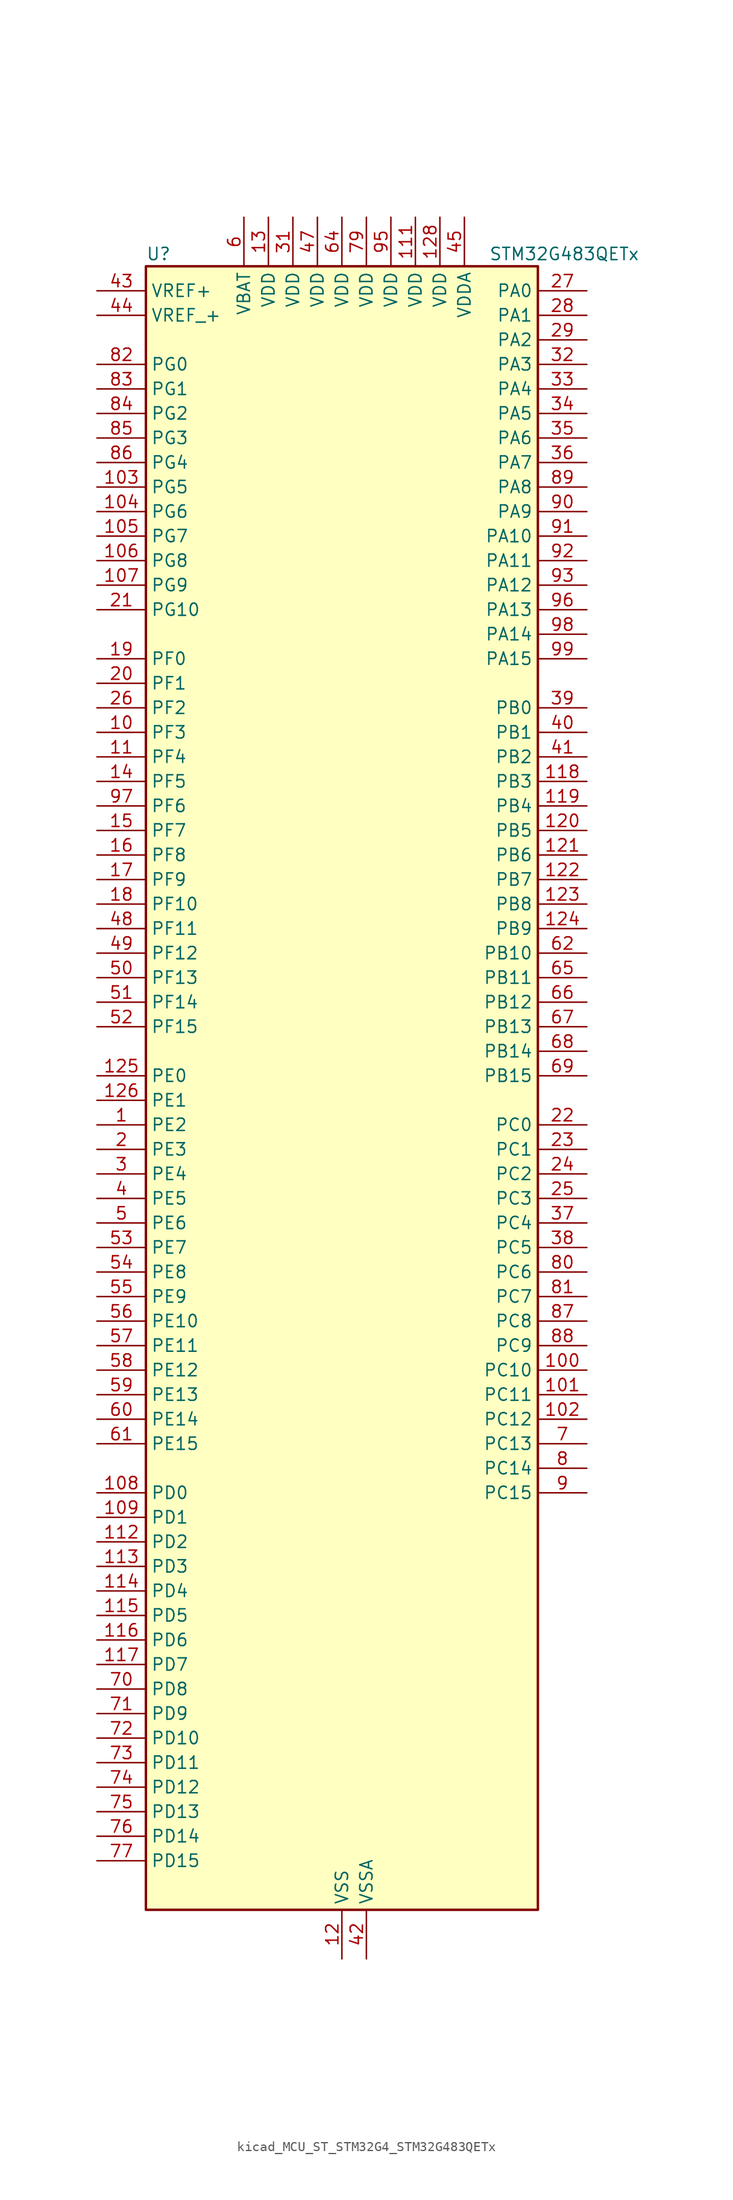
<source format=kicad_sym>
(kicad_symbol_lib
  (version 20220914)
  (generator kicad_symbol_editor)
  (symbol "kicad_MCU_ST_STM32G4_STM32G483QETx"
    (property "Reference" "U"
      (at -20.32 87.63 0)
      (effects (font (size 1.27 1.27)) (justify left)))
    (property "Value" "STM32G483QETx"
      (at 15.24 87.63 0)
      (effects (font (size 1.27 1.27)) (justify left)))
    (property "ki_locked" ""
      (at 0 0 0)
      (effects (font (size 1.27 1.27))))
    (symbol "kicad_MCU_ST_STM32G4_STM32G483QETx_0_1"
      (rectangle (start -20.32 -83.82) (end 20.32 86.36) (stroke (width 0.254) (type default)) (fill (type background))))
    (symbol "kicad_MCU_ST_STM32G4_STM32G483QETx_1_1"
      (pin bidirectional line (at -25.4 -2.54 0) (length 5.08) (name "PE2" (effects (font (size 1.27 1.27)))) (number "1" (effects (font (size 1.27 1.27)))) (alternate "ADC3_EXTI2" bidirectional line) (alternate "ADC4_EXTI2" bidirectional line) (alternate "ADC5_EXTI2" bidirectional line) (alternate "FMC_A23" bidirectional line) (alternate "SAI1_CK1" bidirectional line) (alternate "SAI1_MCLK_A" bidirectional line) (alternate "SPI4_SCK" bidirectional line) (alternate "SYS_TRACECLK" bidirectional line) (alternate "TIM20_CH1" bidirectional line) (alternate "TIM3_CH1" bidirectional line))
      (pin bidirectional line (at -25.4 38.1 0) (length 5.08) (name "PF3" (effects (font (size 1.27 1.27)))) (number "10" (effects (font (size 1.27 1.27)))) (alternate "ADC3_EXTI3" bidirectional line) (alternate "ADC4_EXTI3" bidirectional line) (alternate "ADC5_EXTI3" bidirectional line) (alternate "FMC_A3" bidirectional line) (alternate "I2C3_SCL" bidirectional line) (alternate "TIM20_CH4" bidirectional line))
      (pin bidirectional line (at 25.4 -27.94 180) (length 5.08) (name "PC10" (effects (font (size 1.27 1.27)))) (number "100" (effects (font (size 1.27 1.27)))) (alternate "DAC1_EXTI10" bidirectional line) (alternate "DAC2_EXTI10" bidirectional line) (alternate "DAC3_EXTI10" bidirectional line) (alternate "DAC4_EXTI10" bidirectional line) (alternate "I2S3_CK" bidirectional line) (alternate "SPI3_SCK" bidirectional line) (alternate "TIM8_CH1N" bidirectional line) (alternate "UART4_TX" bidirectional line) (alternate "USART3_TX" bidirectional line))
      (pin bidirectional line (at 25.4 -30.48 180) (length 5.08) (name "PC11" (effects (font (size 1.27 1.27)))) (number "101" (effects (font (size 1.27 1.27)))) (alternate "ADC1_EXTI11" bidirectional line) (alternate "ADC2_EXTI11" bidirectional line) (alternate "I2C3_SDA" bidirectional line) (alternate "SPI3_MISO" bidirectional line) (alternate "TIM8_CH2N" bidirectional line) (alternate "UART4_RX" bidirectional line) (alternate "USART3_RX" bidirectional line))
      (pin bidirectional line (at 25.4 -33.02 180) (length 5.08) (name "PC12" (effects (font (size 1.27 1.27)))) (number "102" (effects (font (size 1.27 1.27)))) (alternate "I2S3_SD" bidirectional line) (alternate "SPI3_MOSI" bidirectional line) (alternate "TIM5_CH2" bidirectional line) (alternate "TIM8_CH3N" bidirectional line) (alternate "UART5_TX" bidirectional line) (alternate "UCPD1_FRSTX1" bidirectional line) (alternate "UCPD1_FRSTX2" bidirectional line) (alternate "USART3_CK" bidirectional line))
      (pin bidirectional line (at -25.4 63.5 0) (length 5.08) (name "PG5" (effects (font (size 1.27 1.27)))) (number "103" (effects (font (size 1.27 1.27)))) (alternate "FMC_A15" bidirectional line) (alternate "LPUART1_CTS" bidirectional line) (alternate "SPI1_NSS" bidirectional line) (alternate "TIM20_ETR" bidirectional line))
      (pin bidirectional line (at -25.4 60.96 0) (length 5.08) (name "PG6" (effects (font (size 1.27 1.27)))) (number "104" (effects (font (size 1.27 1.27)))) (alternate "FMC_INT" bidirectional line) (alternate "I2C3_SMBA" bidirectional line) (alternate "LPUART1_DE" bidirectional line) (alternate "LPUART1_RTS" bidirectional line) (alternate "TIM20_BKIN" bidirectional line))
      (pin bidirectional line (at -25.4 58.42 0) (length 5.08) (name "PG7" (effects (font (size 1.27 1.27)))) (number "105" (effects (font (size 1.27 1.27)))) (alternate "FMC_INT" bidirectional line) (alternate "I2C3_SCL" bidirectional line) (alternate "LPUART1_TX" bidirectional line) (alternate "SAI1_CK1" bidirectional line) (alternate "SAI1_MCLK_A" bidirectional line))
      (pin bidirectional line (at -25.4 55.88 0) (length 5.08) (name "PG8" (effects (font (size 1.27 1.27)))) (number "106" (effects (font (size 1.27 1.27)))) (alternate "FMC_NE3" bidirectional line) (alternate "I2C3_SDA" bidirectional line) (alternate "LPUART1_RX" bidirectional line))
      (pin bidirectional line (at -25.4 53.34 0) (length 5.08) (name "PG9" (effects (font (size 1.27 1.27)))) (number "107" (effects (font (size 1.27 1.27)))) (alternate "DAC1_EXTI9" bidirectional line) (alternate "DAC2_EXTI9" bidirectional line) (alternate "DAC3_EXTI9" bidirectional line) (alternate "DAC4_EXTI9" bidirectional line) (alternate "FMC_NCE" bidirectional line) (alternate "FMC_NE2" bidirectional line) (alternate "SPI3_SCK" bidirectional line) (alternate "TIM15_CH1N" bidirectional line) (alternate "USART1_TX" bidirectional line))
      (pin bidirectional line (at -25.4 -40.64 0) (length 5.08) (name "PD0" (effects (font (size 1.27 1.27)))) (number "108" (effects (font (size 1.27 1.27)))) (alternate "FDCAN1_RX" bidirectional line) (alternate "FMC_D2" bidirectional line) (alternate "FMC_DA2" bidirectional line) (alternate "TIM8_CH4N" bidirectional line))
      (pin bidirectional line (at -25.4 -43.18 0) (length 5.08) (name "PD1" (effects (font (size 1.27 1.27)))) (number "109" (effects (font (size 1.27 1.27)))) (alternate "FDCAN1_TX" bidirectional line) (alternate "FMC_D3" bidirectional line) (alternate "FMC_DA3" bidirectional line) (alternate "TIM8_BKIN2" bidirectional line) (alternate "TIM8_CH4" bidirectional line))
      (pin bidirectional line (at -25.4 35.56 0) (length 5.08) (name "PF4" (effects (font (size 1.27 1.27)))) (number "11" (effects (font (size 1.27 1.27)))) (alternate "COMP1_OUT" bidirectional line) (alternate "FMC_A4" bidirectional line) (alternate "I2C3_SDA" bidirectional line) (alternate "TIM20_CH1N" bidirectional line))
      (pin passive line (at 0 -88.9 90) (length 5.08) hide (name "VSS" (effects (font (size 1.27 1.27)))) (number "110" (effects (font (size 1.27 1.27)))))
      (pin power_in line (at 7.62 91.44 270) (length 5.08) (name "VDD" (effects (font (size 1.27 1.27)))) (number "111" (effects (font (size 1.27 1.27)))))
      (pin bidirectional line (at -25.4 -45.72 0) (length 5.08) (name "PD2" (effects (font (size 1.27 1.27)))) (number "112" (effects (font (size 1.27 1.27)))) (alternate "ADC3_EXTI2" bidirectional line) (alternate "ADC4_EXTI2" bidirectional line) (alternate "ADC5_EXTI2" bidirectional line) (alternate "TIM3_ETR" bidirectional line) (alternate "TIM8_BKIN" bidirectional line) (alternate "UART5_RX" bidirectional line))
      (pin bidirectional line (at -25.4 -48.26 0) (length 5.08) (name "PD3" (effects (font (size 1.27 1.27)))) (number "113" (effects (font (size 1.27 1.27)))) (alternate "ADC3_EXTI3" bidirectional line) (alternate "ADC4_EXTI3" bidirectional line) (alternate "ADC5_EXTI3" bidirectional line) (alternate "FMC_CLK" bidirectional line) (alternate "QUADSPI1_BK2_NCS" bidirectional line) (alternate "TIM2_CH1" bidirectional line) (alternate "TIM2_ETR" bidirectional line) (alternate "USART2_CTS" bidirectional line) (alternate "USART2_NSS" bidirectional line))
      (pin bidirectional line (at -25.4 -50.8 0) (length 5.08) (name "PD4" (effects (font (size 1.27 1.27)))) (number "114" (effects (font (size 1.27 1.27)))) (alternate "FMC_NOE" bidirectional line) (alternate "QUADSPI1_BK2_IO0" bidirectional line) (alternate "TIM2_CH2" bidirectional line) (alternate "USART2_DE" bidirectional line) (alternate "USART2_RTS" bidirectional line))
      (pin bidirectional line (at -25.4 -53.34 0) (length 5.08) (name "PD5" (effects (font (size 1.27 1.27)))) (number "115" (effects (font (size 1.27 1.27)))) (alternate "FMC_NWE" bidirectional line) (alternate "QUADSPI1_BK2_IO1" bidirectional line) (alternate "USART2_TX" bidirectional line))
      (pin bidirectional line (at -25.4 -55.88 0) (length 5.08) (name "PD6" (effects (font (size 1.27 1.27)))) (number "116" (effects (font (size 1.27 1.27)))) (alternate "FMC_NWAIT" bidirectional line) (alternate "QUADSPI1_BK2_IO2" bidirectional line) (alternate "SAI1_D1" bidirectional line) (alternate "SAI1_SD_A" bidirectional line) (alternate "TIM2_CH4" bidirectional line) (alternate "USART2_RX" bidirectional line))
      (pin bidirectional line (at -25.4 -58.42 0) (length 5.08) (name "PD7" (effects (font (size 1.27 1.27)))) (number "117" (effects (font (size 1.27 1.27)))) (alternate "FMC_NCE" bidirectional line) (alternate "FMC_NE1" bidirectional line) (alternate "QUADSPI1_BK2_IO3" bidirectional line) (alternate "TIM2_CH3" bidirectional line) (alternate "USART2_CK" bidirectional line))
      (pin bidirectional line (at 25.4 33.02 180) (length 5.08) (name "PB3" (effects (font (size 1.27 1.27)))) (number "118" (effects (font (size 1.27 1.27)))) (alternate "ADC3_EXTI3" bidirectional line) (alternate "ADC4_EXTI3" bidirectional line) (alternate "ADC5_EXTI3" bidirectional line) (alternate "CRS_SYNC" bidirectional line) (alternate "FDCAN3_RX" bidirectional line) (alternate "I2S3_CK" bidirectional line) (alternate "SAI1_SCK_B" bidirectional line) (alternate "SPI1_SCK" bidirectional line) (alternate "SPI3_SCK" bidirectional line) (alternate "SYS_JTDO-SWO" bidirectional line) (alternate "TIM2_CH2" bidirectional line) (alternate "TIM3_ETR" bidirectional line) (alternate "TIM4_ETR" bidirectional line) (alternate "TIM8_CH1N" bidirectional line) (alternate "USART2_TX" bidirectional line))
      (pin bidirectional line (at 25.4 30.48 180) (length 5.08) (name "PB4" (effects (font (size 1.27 1.27)))) (number "119" (effects (font (size 1.27 1.27)))) (alternate "FDCAN3_TX" bidirectional line) (alternate "SAI1_MCLK_B" bidirectional line) (alternate "SPI1_MISO" bidirectional line) (alternate "SPI3_MISO" bidirectional line) (alternate "SYS_JTRST" bidirectional line) (alternate "TIM16_CH1" bidirectional line) (alternate "TIM17_BKIN" bidirectional line) (alternate "TIM3_CH1" bidirectional line) (alternate "TIM8_CH2N" bidirectional line) (alternate "UART5_DE" bidirectional line) (alternate "UART5_RTS" bidirectional line) (alternate "UCPD1_CC2" bidirectional line) (alternate "USART2_RX" bidirectional line))
      (pin power_in line (at 0 -88.9 90) (length 5.08) (name "VSS" (effects (font (size 1.27 1.27)))) (number "12" (effects (font (size 1.27 1.27)))))
      (pin bidirectional line (at 25.4 27.94 180) (length 5.08) (name "PB5" (effects (font (size 1.27 1.27)))) (number "120" (effects (font (size 1.27 1.27)))) (alternate "FDCAN2_RX" bidirectional line) (alternate "I2C1_SMBA" bidirectional line) (alternate "I2C3_SDA" bidirectional line) (alternate "I2S3_SD" bidirectional line) (alternate "LPTIM1_IN1" bidirectional line) (alternate "SAI1_SD_B" bidirectional line) (alternate "SPI1_MOSI" bidirectional line) (alternate "SPI3_MOSI" bidirectional line) (alternate "TIM16_BKIN" bidirectional line) (alternate "TIM17_CH1" bidirectional line) (alternate "TIM3_CH2" bidirectional line) (alternate "TIM8_CH3N" bidirectional line) (alternate "UART5_CTS" bidirectional line) (alternate "USART2_CK" bidirectional line))
      (pin bidirectional line (at 25.4 25.4 180) (length 5.08) (name "PB6" (effects (font (size 1.27 1.27)))) (number "121" (effects (font (size 1.27 1.27)))) (alternate "COMP4_OUT" bidirectional line) (alternate "FDCAN2_TX" bidirectional line) (alternate "LPTIM1_ETR" bidirectional line) (alternate "SAI1_FS_B" bidirectional line) (alternate "TIM16_CH1N" bidirectional line) (alternate "TIM4_CH1" bidirectional line) (alternate "TIM8_BKIN2" bidirectional line) (alternate "TIM8_CH1" bidirectional line) (alternate "TIM8_ETR" bidirectional line) (alternate "UCPD1_CC1" bidirectional line) (alternate "USART1_TX" bidirectional line))
      (pin bidirectional line (at 25.4 22.86 180) (length 5.08) (name "PB7" (effects (font (size 1.27 1.27)))) (number "122" (effects (font (size 1.27 1.27)))) (alternate "COMP3_OUT" bidirectional line) (alternate "FMC_NL" bidirectional line) (alternate "I2C1_SDA" bidirectional line) (alternate "I2C4_SDA" bidirectional line) (alternate "LPTIM1_IN2" bidirectional line) (alternate "SYS_PVD_IN" bidirectional line) (alternate "TIM17_CH1N" bidirectional line) (alternate "TIM3_CH4" bidirectional line) (alternate "TIM4_CH2" bidirectional line) (alternate "TIM8_BKIN" bidirectional line) (alternate "UART4_CTS" bidirectional line) (alternate "USART1_RX" bidirectional line))
      (pin bidirectional line (at 25.4 20.32 180) (length 5.08) (name "PB8" (effects (font (size 1.27 1.27)))) (number "123" (effects (font (size 1.27 1.27)))) (alternate "COMP1_OUT" bidirectional line) (alternate "FDCAN1_RX" bidirectional line) (alternate "I2C1_SCL" bidirectional line) (alternate "SAI1_CK1" bidirectional line) (alternate "SAI1_MCLK_A" bidirectional line) (alternate "TIM16_CH1" bidirectional line) (alternate "TIM1_BKIN" bidirectional line) (alternate "TIM4_CH3" bidirectional line) (alternate "TIM8_CH2" bidirectional line) (alternate "USART3_RX" bidirectional line))
      (pin bidirectional line (at 25.4 17.78 180) (length 5.08) (name "PB9" (effects (font (size 1.27 1.27)))) (number "124" (effects (font (size 1.27 1.27)))) (alternate "COMP2_OUT" bidirectional line) (alternate "DAC1_EXTI9" bidirectional line) (alternate "DAC2_EXTI9" bidirectional line) (alternate "DAC3_EXTI9" bidirectional line) (alternate "DAC4_EXTI9" bidirectional line) (alternate "FDCAN1_TX" bidirectional line) (alternate "I2C1_SDA" bidirectional line) (alternate "IR_OUT" bidirectional line) (alternate "SAI1_D2" bidirectional line) (alternate "SAI1_FS_A" bidirectional line) (alternate "TIM17_CH1" bidirectional line) (alternate "TIM1_CH3N" bidirectional line) (alternate "TIM4_CH4" bidirectional line) (alternate "TIM8_CH3" bidirectional line) (alternate "USART3_TX" bidirectional line))
      (pin bidirectional line (at -25.4 2.54 0) (length 5.08) (name "PE0" (effects (font (size 1.27 1.27)))) (number "125" (effects (font (size 1.27 1.27)))) (alternate "FMC_NBL0" bidirectional line) (alternate "TIM16_CH1" bidirectional line) (alternate "TIM20_CH4N" bidirectional line) (alternate "TIM20_ETR" bidirectional line) (alternate "TIM4_ETR" bidirectional line) (alternate "USART1_TX" bidirectional line))
      (pin bidirectional line (at -25.4 0 0) (length 5.08) (name "PE1" (effects (font (size 1.27 1.27)))) (number "126" (effects (font (size 1.27 1.27)))) (alternate "FMC_NBL1" bidirectional line) (alternate "TIM17_CH1" bidirectional line) (alternate "TIM20_CH4" bidirectional line) (alternate "USART1_RX" bidirectional line))
      (pin passive line (at 0 -88.9 90) (length 5.08) hide (name "VSS" (effects (font (size 1.27 1.27)))) (number "127" (effects (font (size 1.27 1.27)))))
      (pin power_in line (at 10.16 91.44 270) (length 5.08) (name "VDD" (effects (font (size 1.27 1.27)))) (number "128" (effects (font (size 1.27 1.27)))))
      (pin power_in line (at -7.62 91.44 270) (length 5.08) (name "VDD" (effects (font (size 1.27 1.27)))) (number "13" (effects (font (size 1.27 1.27)))))
      (pin bidirectional line (at -25.4 33.02 0) (length 5.08) (name "PF5" (effects (font (size 1.27 1.27)))) (number "14" (effects (font (size 1.27 1.27)))) (alternate "FMC_A5" bidirectional line) (alternate "TIM20_CH2N" bidirectional line))
      (pin bidirectional line (at -25.4 27.94 0) (length 5.08) (name "PF7" (effects (font (size 1.27 1.27)))) (number "15" (effects (font (size 1.27 1.27)))) (alternate "FMC_A1" bidirectional line) (alternate "QUADSPI1_BK1_IO2" bidirectional line) (alternate "SAI1_MCLK_B" bidirectional line) (alternate "TIM20_BKIN" bidirectional line) (alternate "TIM5_CH2" bidirectional line))
      (pin bidirectional line (at -25.4 25.4 0) (length 5.08) (name "PF8" (effects (font (size 1.27 1.27)))) (number "16" (effects (font (size 1.27 1.27)))) (alternate "FMC_A24" bidirectional line) (alternate "QUADSPI1_BK1_IO0" bidirectional line) (alternate "SAI1_SCK_B" bidirectional line) (alternate "TIM20_BKIN2" bidirectional line) (alternate "TIM5_CH3" bidirectional line))
      (pin bidirectional line (at -25.4 22.86 0) (length 5.08) (name "PF9" (effects (font (size 1.27 1.27)))) (number "17" (effects (font (size 1.27 1.27)))) (alternate "DAC1_EXTI9" bidirectional line) (alternate "DAC2_EXTI9" bidirectional line) (alternate "DAC3_EXTI9" bidirectional line) (alternate "DAC4_EXTI9" bidirectional line) (alternate "FMC_A25" bidirectional line) (alternate "QUADSPI1_BK1_IO1" bidirectional line) (alternate "SAI1_FS_B" bidirectional line) (alternate "SPI2_SCK" bidirectional line) (alternate "TIM15_CH1" bidirectional line) (alternate "TIM20_BKIN" bidirectional line) (alternate "TIM5_CH4" bidirectional line))
      (pin bidirectional line (at -25.4 20.32 0) (length 5.08) (name "PF10" (effects (font (size 1.27 1.27)))) (number "18" (effects (font (size 1.27 1.27)))) (alternate "DAC1_EXTI10" bidirectional line) (alternate "DAC2_EXTI10" bidirectional line) (alternate "DAC3_EXTI10" bidirectional line) (alternate "DAC4_EXTI10" bidirectional line) (alternate "FMC_A0" bidirectional line) (alternate "QUADSPI1_CLK" bidirectional line) (alternate "SAI1_D3" bidirectional line) (alternate "SPI2_SCK" bidirectional line) (alternate "TIM15_CH2" bidirectional line) (alternate "TIM20_BKIN2" bidirectional line))
      (pin bidirectional line (at -25.4 45.72 0) (length 5.08) (name "PF0" (effects (font (size 1.27 1.27)))) (number "19" (effects (font (size 1.27 1.27)))) (alternate "ADC1_IN10" bidirectional line) (alternate "I2C2_SDA" bidirectional line) (alternate "I2S2_WS" bidirectional line) (alternate "RCC_OSC_IN" bidirectional line) (alternate "SPI2_NSS" bidirectional line) (alternate "TIM1_CH3N" bidirectional line))
      (pin bidirectional line (at -25.4 -5.08 0) (length 5.08) (name "PE3" (effects (font (size 1.27 1.27)))) (number "2" (effects (font (size 1.27 1.27)))) (alternate "ADC3_EXTI3" bidirectional line) (alternate "ADC4_EXTI3" bidirectional line) (alternate "ADC5_EXTI3" bidirectional line) (alternate "FMC_A19" bidirectional line) (alternate "SAI1_SD_B" bidirectional line) (alternate "SPI4_NSS" bidirectional line) (alternate "SYS_TRACED0" bidirectional line) (alternate "TIM20_CH2" bidirectional line) (alternate "TIM3_CH2" bidirectional line))
      (pin bidirectional line (at -25.4 43.18 0) (length 5.08) (name "PF1" (effects (font (size 1.27 1.27)))) (number "20" (effects (font (size 1.27 1.27)))) (alternate "ADC2_IN10" bidirectional line) (alternate "COMP3_INM" bidirectional line) (alternate "I2S2_CK" bidirectional line) (alternate "RCC_OSC_OUT" bidirectional line) (alternate "SPI2_SCK" bidirectional line))
      (pin bidirectional line (at -25.4 50.8 0) (length 5.08) (name "PG10" (effects (font (size 1.27 1.27)))) (number "21" (effects (font (size 1.27 1.27)))) (alternate "DAC1_EXTI10" bidirectional line) (alternate "DAC2_EXTI10" bidirectional line) (alternate "DAC3_EXTI10" bidirectional line) (alternate "DAC4_EXTI10" bidirectional line) (alternate "RCC_MCO" bidirectional line))
      (pin bidirectional line (at 25.4 -2.54 180) (length 5.08) (name "PC0" (effects (font (size 1.27 1.27)))) (number "22" (effects (font (size 1.27 1.27)))) (alternate "ADC1_IN6" bidirectional line) (alternate "ADC2_IN6" bidirectional line) (alternate "COMP3_INM" bidirectional line) (alternate "LPTIM1_IN1" bidirectional line) (alternate "LPUART1_RX" bidirectional line) (alternate "TIM1_CH1" bidirectional line))
      (pin bidirectional line (at 25.4 -5.08 180) (length 5.08) (name "PC1" (effects (font (size 1.27 1.27)))) (number "23" (effects (font (size 1.27 1.27)))) (alternate "ADC1_IN7" bidirectional line) (alternate "ADC2_IN7" bidirectional line) (alternate "COMP3_INP" bidirectional line) (alternate "LPTIM1_OUT" bidirectional line) (alternate "LPUART1_TX" bidirectional line) (alternate "QUADSPI1_BK2_IO0" bidirectional line) (alternate "SAI1_SD_A" bidirectional line) (alternate "TIM1_CH2" bidirectional line))
      (pin bidirectional line (at 25.4 -7.62 180) (length 5.08) (name "PC2" (effects (font (size 1.27 1.27)))) (number "24" (effects (font (size 1.27 1.27)))) (alternate "ADC1_IN8" bidirectional line) (alternate "ADC2_IN8" bidirectional line) (alternate "ADC3_EXTI2" bidirectional line) (alternate "ADC4_EXTI2" bidirectional line) (alternate "ADC5_EXTI2" bidirectional line) (alternate "COMP3_OUT" bidirectional line) (alternate "LPTIM1_IN2" bidirectional line) (alternate "QUADSPI1_BK2_IO1" bidirectional line) (alternate "TIM1_CH3" bidirectional line) (alternate "TIM20_CH2" bidirectional line))
      (pin bidirectional line (at 25.4 -10.16 180) (length 5.08) (name "PC3" (effects (font (size 1.27 1.27)))) (number "25" (effects (font (size 1.27 1.27)))) (alternate "ADC1_IN9" bidirectional line) (alternate "ADC2_IN9" bidirectional line) (alternate "ADC3_EXTI3" bidirectional line) (alternate "ADC4_EXTI3" bidirectional line) (alternate "ADC5_EXTI3" bidirectional line) (alternate "LPTIM1_ETR" bidirectional line) (alternate "OPAMP5_VINP" bidirectional line) (alternate "OPAMP5_VINP_SEC" bidirectional line) (alternate "QUADSPI1_BK2_IO2" bidirectional line) (alternate "SAI1_D1" bidirectional line) (alternate "SAI1_SD_A" bidirectional line) (alternate "TIM1_BKIN2" bidirectional line) (alternate "TIM1_CH4" bidirectional line))
      (pin bidirectional line (at -25.4 40.64 0) (length 5.08) (name "PF2" (effects (font (size 1.27 1.27)))) (number "26" (effects (font (size 1.27 1.27)))) (alternate "ADC3_EXTI2" bidirectional line) (alternate "ADC4_EXTI2" bidirectional line) (alternate "ADC5_EXTI2" bidirectional line) (alternate "FMC_A2" bidirectional line) (alternate "I2C2_SMBA" bidirectional line) (alternate "TIM20_CH3" bidirectional line))
      (pin bidirectional line (at 25.4 83.82 180) (length 5.08) (name "PA0" (effects (font (size 1.27 1.27)))) (number "27" (effects (font (size 1.27 1.27)))) (alternate "ADC1_IN1" bidirectional line) (alternate "ADC2_IN1" bidirectional line) (alternate "COMP1_INM" bidirectional line) (alternate "COMP1_OUT" bidirectional line) (alternate "COMP3_INP" bidirectional line) (alternate "RTC_TAMP2" bidirectional line) (alternate "SYS_WKUP1" bidirectional line) (alternate "TIM2_CH1" bidirectional line) (alternate "TIM2_ETR" bidirectional line) (alternate "TIM5_CH1" bidirectional line) (alternate "TIM8_BKIN" bidirectional line) (alternate "TIM8_ETR" bidirectional line) (alternate "USART2_CTS" bidirectional line) (alternate "USART2_NSS" bidirectional line))
      (pin bidirectional line (at 25.4 81.28 180) (length 5.08) (name "PA1" (effects (font (size 1.27 1.27)))) (number "28" (effects (font (size 1.27 1.27)))) (alternate "ADC1_IN2" bidirectional line) (alternate "ADC2_IN2" bidirectional line) (alternate "COMP1_INP" bidirectional line) (alternate "OPAMP1_VINP" bidirectional line) (alternate "OPAMP1_VINP_SEC" bidirectional line) (alternate "OPAMP3_VINP" bidirectional line) (alternate "OPAMP3_VINP_SEC" bidirectional line) (alternate "OPAMP6_VINM" bidirectional line) (alternate "OPAMP6_VINM0" bidirectional line) (alternate "OPAMP6_VINM_SEC" bidirectional line) (alternate "RTC_REFIN" bidirectional line) (alternate "TIM15_CH1N" bidirectional line) (alternate "TIM2_CH2" bidirectional line) (alternate "TIM5_CH2" bidirectional line) (alternate "USART2_DE" bidirectional line) (alternate "USART2_RTS" bidirectional line))
      (pin bidirectional line (at 25.4 78.74 180) (length 5.08) (name "PA2" (effects (font (size 1.27 1.27)))) (number "29" (effects (font (size 1.27 1.27)))) (alternate "ADC1_IN3" bidirectional line) (alternate "ADC3_EXTI2" bidirectional line) (alternate "ADC4_EXTI2" bidirectional line) (alternate "ADC5_EXTI2" bidirectional line) (alternate "COMP2_INM" bidirectional line) (alternate "COMP2_OUT" bidirectional line) (alternate "LPUART1_TX" bidirectional line) (alternate "OPAMP1_VOUT" bidirectional line) (alternate "QUADSPI1_BK1_NCS" bidirectional line) (alternate "RCC_LSCO" bidirectional line) (alternate "SYS_WKUP4" bidirectional line) (alternate "TIM15_CH1" bidirectional line) (alternate "TIM2_CH3" bidirectional line) (alternate "TIM5_CH3" bidirectional line) (alternate "UCPD1_FRSTX1" bidirectional line) (alternate "UCPD1_FRSTX2" bidirectional line) (alternate "USART2_TX" bidirectional line))
      (pin bidirectional line (at -25.4 -7.62 0) (length 5.08) (name "PE4" (effects (font (size 1.27 1.27)))) (number "3" (effects (font (size 1.27 1.27)))) (alternate "FMC_A20" bidirectional line) (alternate "SAI1_D2" bidirectional line) (alternate "SAI1_FS_A" bidirectional line) (alternate "SPI4_NSS" bidirectional line) (alternate "SYS_TRACED1" bidirectional line) (alternate "TIM20_CH1N" bidirectional line) (alternate "TIM3_CH3" bidirectional line))
      (pin passive line (at 0 -88.9 90) (length 5.08) hide (name "VSS" (effects (font (size 1.27 1.27)))) (number "30" (effects (font (size 1.27 1.27)))))
      (pin power_in line (at -5.08 91.44 270) (length 5.08) (name "VDD" (effects (font (size 1.27 1.27)))) (number "31" (effects (font (size 1.27 1.27)))))
      (pin bidirectional line (at 25.4 76.2 180) (length 5.08) (name "PA3" (effects (font (size 1.27 1.27)))) (number "32" (effects (font (size 1.27 1.27)))) (alternate "ADC1_IN4" bidirectional line) (alternate "ADC3_EXTI3" bidirectional line) (alternate "ADC4_EXTI3" bidirectional line) (alternate "ADC5_EXTI3" bidirectional line) (alternate "COMP2_INP" bidirectional line) (alternate "LPUART1_RX" bidirectional line) (alternate "OPAMP1_VINM" bidirectional line) (alternate "OPAMP1_VINM0" bidirectional line) (alternate "OPAMP1_VINM_SEC" bidirectional line) (alternate "OPAMP1_VINP" bidirectional line) (alternate "OPAMP1_VINP_SEC" bidirectional line) (alternate "OPAMP5_VINM" bidirectional line) (alternate "OPAMP5_VINM1" bidirectional line) (alternate "OPAMP5_VINM_SEC" bidirectional line) (alternate "QUADSPI1_CLK" bidirectional line) (alternate "SAI1_CK1" bidirectional line) (alternate "SAI1_MCLK_A" bidirectional line) (alternate "TIM15_CH2" bidirectional line) (alternate "TIM2_CH4" bidirectional line) (alternate "TIM5_CH4" bidirectional line) (alternate "USART2_RX" bidirectional line))
      (pin bidirectional line (at 25.4 73.66 180) (length 5.08) (name "PA4" (effects (font (size 1.27 1.27)))) (number "33" (effects (font (size 1.27 1.27)))) (alternate "ADC2_IN17" bidirectional line) (alternate "COMP1_INM" bidirectional line) (alternate "DAC1_OUT1" bidirectional line) (alternate "I2S3_WS" bidirectional line) (alternate "SAI1_FS_B" bidirectional line) (alternate "SPI1_NSS" bidirectional line) (alternate "SPI3_NSS" bidirectional line) (alternate "TIM3_CH2" bidirectional line) (alternate "USART2_CK" bidirectional line))
      (pin bidirectional line (at 25.4 71.12 180) (length 5.08) (name "PA5" (effects (font (size 1.27 1.27)))) (number "34" (effects (font (size 1.27 1.27)))) (alternate "ADC2_IN13" bidirectional line) (alternate "COMP2_INM" bidirectional line) (alternate "DAC1_OUT2" bidirectional line) (alternate "OPAMP2_VINM" bidirectional line) (alternate "OPAMP2_VINM0" bidirectional line) (alternate "OPAMP2_VINM_SEC" bidirectional line) (alternate "SPI1_SCK" bidirectional line) (alternate "TIM2_CH1" bidirectional line) (alternate "TIM2_ETR" bidirectional line) (alternate "UCPD1_FRSTX1" bidirectional line) (alternate "UCPD1_FRSTX2" bidirectional line))
      (pin bidirectional line (at 25.4 68.58 180) (length 5.08) (name "PA6" (effects (font (size 1.27 1.27)))) (number "35" (effects (font (size 1.27 1.27)))) (alternate "ADC2_IN3" bidirectional line) (alternate "COMP1_OUT" bidirectional line) (alternate "DAC2_OUT1" bidirectional line) (alternate "LPUART1_CTS" bidirectional line) (alternate "OPAMP2_VOUT" bidirectional line) (alternate "QUADSPI1_BK1_IO3" bidirectional line) (alternate "SPI1_MISO" bidirectional line) (alternate "TIM16_CH1" bidirectional line) (alternate "TIM1_BKIN" bidirectional line) (alternate "TIM3_CH1" bidirectional line) (alternate "TIM8_BKIN" bidirectional line))
      (pin bidirectional line (at 25.4 66.04 180) (length 5.08) (name "PA7" (effects (font (size 1.27 1.27)))) (number "36" (effects (font (size 1.27 1.27)))) (alternate "ADC2_IN4" bidirectional line) (alternate "COMP2_INP" bidirectional line) (alternate "COMP2_OUT" bidirectional line) (alternate "OPAMP1_VINP" bidirectional line) (alternate "OPAMP1_VINP_SEC" bidirectional line) (alternate "OPAMP2_VINP" bidirectional line) (alternate "OPAMP2_VINP_SEC" bidirectional line) (alternate "QUADSPI1_BK1_IO2" bidirectional line) (alternate "SPI1_MOSI" bidirectional line) (alternate "TIM17_CH1" bidirectional line) (alternate "TIM1_CH1N" bidirectional line) (alternate "TIM3_CH2" bidirectional line) (alternate "TIM8_CH1N" bidirectional line) (alternate "UCPD1_FRSTX1" bidirectional line) (alternate "UCPD1_FRSTX2" bidirectional line))
      (pin bidirectional line (at 25.4 -12.7 180) (length 5.08) (name "PC4" (effects (font (size 1.27 1.27)))) (number "37" (effects (font (size 1.27 1.27)))) (alternate "ADC2_IN5" bidirectional line) (alternate "I2C2_SCL" bidirectional line) (alternate "QUADSPI1_BK2_IO3" bidirectional line) (alternate "TIM1_ETR" bidirectional line) (alternate "USART1_TX" bidirectional line))
      (pin bidirectional line (at 25.4 -15.24 180) (length 5.08) (name "PC5" (effects (font (size 1.27 1.27)))) (number "38" (effects (font (size 1.27 1.27)))) (alternate "ADC2_IN11" bidirectional line) (alternate "OPAMP1_VINM" bidirectional line) (alternate "OPAMP1_VINM1" bidirectional line) (alternate "OPAMP1_VINM_SEC" bidirectional line) (alternate "OPAMP2_VINM" bidirectional line) (alternate "OPAMP2_VINM1" bidirectional line) (alternate "OPAMP2_VINM_SEC" bidirectional line) (alternate "SAI1_D3" bidirectional line) (alternate "SYS_WKUP5" bidirectional line) (alternate "TIM15_BKIN" bidirectional line) (alternate "TIM1_CH4N" bidirectional line) (alternate "USART1_RX" bidirectional line))
      (pin bidirectional line (at 25.4 40.64 180) (length 5.08) (name "PB0" (effects (font (size 1.27 1.27)))) (number "39" (effects (font (size 1.27 1.27)))) (alternate "ADC1_IN15" bidirectional line) (alternate "ADC3_IN12" bidirectional line) (alternate "COMP4_INP" bidirectional line) (alternate "OPAMP2_VINP" bidirectional line) (alternate "OPAMP2_VINP_SEC" bidirectional line) (alternate "OPAMP3_VINP" bidirectional line) (alternate "OPAMP3_VINP_SEC" bidirectional line) (alternate "QUADSPI1_BK1_IO1" bidirectional line) (alternate "TIM1_CH2N" bidirectional line) (alternate "TIM3_CH3" bidirectional line) (alternate "TIM8_CH2N" bidirectional line) (alternate "UCPD1_FRSTX1" bidirectional line) (alternate "UCPD1_FRSTX2" bidirectional line))
      (pin bidirectional line (at -25.4 -10.16 0) (length 5.08) (name "PE5" (effects (font (size 1.27 1.27)))) (number "4" (effects (font (size 1.27 1.27)))) (alternate "FMC_A21" bidirectional line) (alternate "SAI1_CK2" bidirectional line) (alternate "SAI1_SCK_A" bidirectional line) (alternate "SPI4_MISO" bidirectional line) (alternate "SYS_TRACED2" bidirectional line) (alternate "TIM20_CH2N" bidirectional line) (alternate "TIM3_CH4" bidirectional line))
      (pin bidirectional line (at 25.4 38.1 180) (length 5.08) (name "PB1" (effects (font (size 1.27 1.27)))) (number "40" (effects (font (size 1.27 1.27)))) (alternate "ADC1_IN12" bidirectional line) (alternate "ADC3_IN1" bidirectional line) (alternate "COMP1_INP" bidirectional line) (alternate "COMP4_OUT" bidirectional line) (alternate "LPUART1_DE" bidirectional line) (alternate "LPUART1_RTS" bidirectional line) (alternate "OPAMP3_VOUT" bidirectional line) (alternate "OPAMP6_VINM" bidirectional line) (alternate "OPAMP6_VINM1" bidirectional line) (alternate "OPAMP6_VINM_SEC" bidirectional line) (alternate "QUADSPI1_BK1_IO0" bidirectional line) (alternate "TIM1_CH3N" bidirectional line) (alternate "TIM3_CH4" bidirectional line) (alternate "TIM8_CH3N" bidirectional line))
      (pin bidirectional line (at 25.4 35.56 180) (length 5.08) (name "PB2" (effects (font (size 1.27 1.27)))) (number "41" (effects (font (size 1.27 1.27)))) (alternate "ADC2_IN12" bidirectional line) (alternate "ADC3_EXTI2" bidirectional line) (alternate "ADC4_EXTI2" bidirectional line) (alternate "ADC5_EXTI2" bidirectional line) (alternate "COMP4_INM" bidirectional line) (alternate "I2C3_SMBA" bidirectional line) (alternate "LPTIM1_OUT" bidirectional line) (alternate "OPAMP3_VINM" bidirectional line) (alternate "OPAMP3_VINM0" bidirectional line) (alternate "OPAMP3_VINM_SEC" bidirectional line) (alternate "QUADSPI1_BK2_IO1" bidirectional line) (alternate "RTC_OUT2" bidirectional line) (alternate "TIM20_CH1" bidirectional line) (alternate "TIM5_CH1" bidirectional line))
      (pin power_in line (at 2.54 -88.9 90) (length 5.08) (name "VSSA" (effects (font (size 1.27 1.27)))) (number "42" (effects (font (size 1.27 1.27)))))
      (pin input line (at -25.4 83.82 0) (length 5.08) (name "VREF+" (effects (font (size 1.27 1.27)))) (number "43" (effects (font (size 1.27 1.27)))) (alternate "VREFBUF_OUT1" bidirectional line))
      (pin input line (at -25.4 81.28 0) (length 5.08) (name "VREF_+" (effects (font (size 1.27 1.27)))) (number "44" (effects (font (size 1.27 1.27)))) (alternate "VREFBUF_OUT2" bidirectional line))
      (pin power_in line (at 12.7 91.44 270) (length 5.08) (name "VDDA" (effects (font (size 1.27 1.27)))) (number "45" (effects (font (size 1.27 1.27)))))
      (pin passive line (at 0 -88.9 90) (length 5.08) hide (name "VSS" (effects (font (size 1.27 1.27)))) (number "46" (effects (font (size 1.27 1.27)))))
      (pin power_in line (at -2.54 91.44 270) (length 5.08) (name "VDD" (effects (font (size 1.27 1.27)))) (number "47" (effects (font (size 1.27 1.27)))))
      (pin bidirectional line (at -25.4 17.78 0) (length 5.08) (name "PF11" (effects (font (size 1.27 1.27)))) (number "48" (effects (font (size 1.27 1.27)))) (alternate "ADC1_EXTI11" bidirectional line) (alternate "ADC2_EXTI11" bidirectional line) (alternate "FMC_NE4" bidirectional line) (alternate "TIM20_ETR" bidirectional line))
      (pin bidirectional line (at -25.4 15.24 0) (length 5.08) (name "PF12" (effects (font (size 1.27 1.27)))) (number "49" (effects (font (size 1.27 1.27)))) (alternate "FMC_A6" bidirectional line) (alternate "TIM20_CH1" bidirectional line))
      (pin bidirectional line (at -25.4 -12.7 0) (length 5.08) (name "PE6" (effects (font (size 1.27 1.27)))) (number "5" (effects (font (size 1.27 1.27)))) (alternate "FMC_A22" bidirectional line) (alternate "RTC_TAMP3" bidirectional line) (alternate "SAI1_D1" bidirectional line) (alternate "SAI1_SD_A" bidirectional line) (alternate "SPI4_MOSI" bidirectional line) (alternate "SYS_TRACED3" bidirectional line) (alternate "SYS_WKUP3" bidirectional line) (alternate "TIM20_CH3N" bidirectional line))
      (pin bidirectional line (at -25.4 12.7 0) (length 5.08) (name "PF13" (effects (font (size 1.27 1.27)))) (number "50" (effects (font (size 1.27 1.27)))) (alternate "FMC_A7" bidirectional line) (alternate "I2C4_SMBA" bidirectional line) (alternate "TIM20_CH2" bidirectional line))
      (pin bidirectional line (at -25.4 10.16 0) (length 5.08) (name "PF14" (effects (font (size 1.27 1.27)))) (number "51" (effects (font (size 1.27 1.27)))) (alternate "FMC_A8" bidirectional line) (alternate "I2C4_SCL" bidirectional line) (alternate "TIM20_CH3" bidirectional line))
      (pin bidirectional line (at -25.4 7.62 0) (length 5.08) (name "PF15" (effects (font (size 1.27 1.27)))) (number "52" (effects (font (size 1.27 1.27)))) (alternate "ADC1_EXTI15" bidirectional line) (alternate "ADC2_EXTI15" bidirectional line) (alternate "FMC_A9" bidirectional line) (alternate "I2C4_SDA" bidirectional line) (alternate "TIM20_CH4" bidirectional line))
      (pin bidirectional line (at -25.4 -15.24 0) (length 5.08) (name "PE7" (effects (font (size 1.27 1.27)))) (number "53" (effects (font (size 1.27 1.27)))) (alternate "ADC3_IN4" bidirectional line) (alternate "COMP4_INP" bidirectional line) (alternate "FMC_D4" bidirectional line) (alternate "FMC_DA4" bidirectional line) (alternate "SAI1_SD_B" bidirectional line) (alternate "TIM1_ETR" bidirectional line))
      (pin bidirectional line (at -25.4 -17.78 0) (length 5.08) (name "PE8" (effects (font (size 1.27 1.27)))) (number "54" (effects (font (size 1.27 1.27)))) (alternate "ADC3_IN6" bidirectional line) (alternate "ADC4_IN6" bidirectional line) (alternate "ADC5_IN6" bidirectional line) (alternate "COMP4_INM" bidirectional line) (alternate "FMC_D5" bidirectional line) (alternate "FMC_DA5" bidirectional line) (alternate "SAI1_SCK_B" bidirectional line) (alternate "TIM1_CH1N" bidirectional line) (alternate "TIM5_CH3" bidirectional line))
      (pin bidirectional line (at -25.4 -20.32 0) (length 5.08) (name "PE9" (effects (font (size 1.27 1.27)))) (number "55" (effects (font (size 1.27 1.27)))) (alternate "ADC3_IN2" bidirectional line) (alternate "DAC1_EXTI9" bidirectional line) (alternate "DAC2_EXTI9" bidirectional line) (alternate "DAC3_EXTI9" bidirectional line) (alternate "DAC4_EXTI9" bidirectional line) (alternate "FMC_D6" bidirectional line) (alternate "FMC_DA6" bidirectional line) (alternate "SAI1_FS_B" bidirectional line) (alternate "TIM1_CH1" bidirectional line) (alternate "TIM5_CH4" bidirectional line))
      (pin bidirectional line (at -25.4 -22.86 0) (length 5.08) (name "PE10" (effects (font (size 1.27 1.27)))) (number "56" (effects (font (size 1.27 1.27)))) (alternate "ADC3_IN14" bidirectional line) (alternate "ADC4_IN14" bidirectional line) (alternate "ADC5_IN14" bidirectional line) (alternate "DAC1_EXTI10" bidirectional line) (alternate "DAC2_EXTI10" bidirectional line) (alternate "DAC3_EXTI10" bidirectional line) (alternate "DAC4_EXTI10" bidirectional line) (alternate "FMC_D7" bidirectional line) (alternate "FMC_DA7" bidirectional line) (alternate "QUADSPI1_CLK" bidirectional line) (alternate "SAI1_MCLK_B" bidirectional line) (alternate "TIM1_CH2N" bidirectional line))
      (pin bidirectional line (at -25.4 -25.4 0) (length 5.08) (name "PE11" (effects (font (size 1.27 1.27)))) (number "57" (effects (font (size 1.27 1.27)))) (alternate "ADC1_EXTI11" bidirectional line) (alternate "ADC2_EXTI11" bidirectional line) (alternate "ADC3_IN15" bidirectional line) (alternate "ADC4_IN15" bidirectional line) (alternate "ADC5_IN15" bidirectional line) (alternate "FMC_D8" bidirectional line) (alternate "FMC_DA8" bidirectional line) (alternate "QUADSPI1_BK1_NCS" bidirectional line) (alternate "SPI4_NSS" bidirectional line) (alternate "TIM1_CH2" bidirectional line))
      (pin bidirectional line (at -25.4 -27.94 0) (length 5.08) (name "PE12" (effects (font (size 1.27 1.27)))) (number "58" (effects (font (size 1.27 1.27)))) (alternate "ADC3_IN16" bidirectional line) (alternate "ADC4_IN16" bidirectional line) (alternate "ADC5_IN16" bidirectional line) (alternate "FMC_D9" bidirectional line) (alternate "FMC_DA9" bidirectional line) (alternate "QUADSPI1_BK1_IO0" bidirectional line) (alternate "SPI4_SCK" bidirectional line) (alternate "TIM1_CH3N" bidirectional line))
      (pin bidirectional line (at -25.4 -30.48 0) (length 5.08) (name "PE13" (effects (font (size 1.27 1.27)))) (number "59" (effects (font (size 1.27 1.27)))) (alternate "ADC3_IN3" bidirectional line) (alternate "FMC_D10" bidirectional line) (alternate "FMC_DA10" bidirectional line) (alternate "QUADSPI1_BK1_IO1" bidirectional line) (alternate "SPI4_MISO" bidirectional line) (alternate "TIM1_CH3" bidirectional line))
      (pin power_in line (at -10.16 91.44 270) (length 5.08) (name "VBAT" (effects (font (size 1.27 1.27)))) (number "6" (effects (font (size 1.27 1.27)))))
      (pin bidirectional line (at -25.4 -33.02 0) (length 5.08) (name "PE14" (effects (font (size 1.27 1.27)))) (number "60" (effects (font (size 1.27 1.27)))) (alternate "ADC4_IN1" bidirectional line) (alternate "FMC_D11" bidirectional line) (alternate "FMC_DA11" bidirectional line) (alternate "QUADSPI1_BK1_IO2" bidirectional line) (alternate "SPI4_MOSI" bidirectional line) (alternate "TIM1_BKIN2" bidirectional line) (alternate "TIM1_CH4" bidirectional line))
      (pin bidirectional line (at -25.4 -35.56 0) (length 5.08) (name "PE15" (effects (font (size 1.27 1.27)))) (number "61" (effects (font (size 1.27 1.27)))) (alternate "ADC1_EXTI15" bidirectional line) (alternate "ADC2_EXTI15" bidirectional line) (alternate "ADC4_IN2" bidirectional line) (alternate "FMC_D12" bidirectional line) (alternate "FMC_DA12" bidirectional line) (alternate "QUADSPI1_BK1_IO3" bidirectional line) (alternate "TIM1_BKIN" bidirectional line) (alternate "TIM1_CH4N" bidirectional line) (alternate "USART3_RX" bidirectional line))
      (pin bidirectional line (at 25.4 15.24 180) (length 5.08) (name "PB10" (effects (font (size 1.27 1.27)))) (number "62" (effects (font (size 1.27 1.27)))) (alternate "COMP5_INM" bidirectional line) (alternate "DAC1_EXTI10" bidirectional line) (alternate "DAC2_EXTI10" bidirectional line) (alternate "DAC3_EXTI10" bidirectional line) (alternate "DAC4_EXTI10" bidirectional line) (alternate "LPUART1_RX" bidirectional line) (alternate "OPAMP3_VINM" bidirectional line) (alternate "OPAMP3_VINM1" bidirectional line) (alternate "OPAMP3_VINM_SEC" bidirectional line) (alternate "OPAMP4_VINM" bidirectional line) (alternate "OPAMP4_VINM0" bidirectional line) (alternate "OPAMP4_VINM_SEC" bidirectional line) (alternate "QUADSPI1_CLK" bidirectional line) (alternate "SAI1_SCK_A" bidirectional line) (alternate "TIM1_BKIN" bidirectional line) (alternate "TIM2_CH3" bidirectional line) (alternate "USART3_TX" bidirectional line))
      (pin passive line (at 0 -88.9 90) (length 5.08) hide (name "VSS" (effects (font (size 1.27 1.27)))) (number "63" (effects (font (size 1.27 1.27)))))
      (pin power_in line (at 0 91.44 270) (length 5.08) (name "VDD" (effects (font (size 1.27 1.27)))) (number "64" (effects (font (size 1.27 1.27)))))
      (pin bidirectional line (at 25.4 12.7 180) (length 5.08) (name "PB11" (effects (font (size 1.27 1.27)))) (number "65" (effects (font (size 1.27 1.27)))) (alternate "ADC1_EXTI11" bidirectional line) (alternate "ADC1_IN14" bidirectional line) (alternate "ADC2_EXTI11" bidirectional line) (alternate "ADC2_IN14" bidirectional line) (alternate "COMP6_INP" bidirectional line) (alternate "LPUART1_TX" bidirectional line) (alternate "OPAMP4_VINP" bidirectional line) (alternate "OPAMP4_VINP_SEC" bidirectional line) (alternate "OPAMP6_VOUT" bidirectional line) (alternate "QUADSPI1_BK1_NCS" bidirectional line) (alternate "TIM2_CH4" bidirectional line) (alternate "USART3_RX" bidirectional line))
      (pin bidirectional line (at 25.4 10.16 180) (length 5.08) (name "PB12" (effects (font (size 1.27 1.27)))) (number "66" (effects (font (size 1.27 1.27)))) (alternate "ADC1_IN11" bidirectional line) (alternate "ADC4_IN3" bidirectional line) (alternate "COMP7_INM" bidirectional line) (alternate "FDCAN2_RX" bidirectional line) (alternate "I2C2_SMBA" bidirectional line) (alternate "I2S2_WS" bidirectional line) (alternate "LPUART1_DE" bidirectional line) (alternate "LPUART1_RTS" bidirectional line) (alternate "OPAMP4_VOUT" bidirectional line) (alternate "OPAMP6_VINP" bidirectional line) (alternate "OPAMP6_VINP_SEC" bidirectional line) (alternate "SPI2_NSS" bidirectional line) (alternate "TIM1_BKIN" bidirectional line) (alternate "TIM5_ETR" bidirectional line) (alternate "USART3_CK" bidirectional line))
      (pin bidirectional line (at 25.4 7.62 180) (length 5.08) (name "PB13" (effects (font (size 1.27 1.27)))) (number "67" (effects (font (size 1.27 1.27)))) (alternate "ADC3_IN5" bidirectional line) (alternate "COMP5_INP" bidirectional line) (alternate "FDCAN2_TX" bidirectional line) (alternate "I2S2_CK" bidirectional line) (alternate "LPUART1_CTS" bidirectional line) (alternate "OPAMP3_VINP" bidirectional line) (alternate "OPAMP3_VINP_SEC" bidirectional line) (alternate "OPAMP4_VINP" bidirectional line) (alternate "OPAMP4_VINP_SEC" bidirectional line) (alternate "OPAMP6_VINP" bidirectional line) (alternate "OPAMP6_VINP_SEC" bidirectional line) (alternate "SPI2_SCK" bidirectional line) (alternate "TIM1_CH1N" bidirectional line) (alternate "USART3_CTS" bidirectional line) (alternate "USART3_NSS" bidirectional line))
      (pin bidirectional line (at 25.4 5.08 180) (length 5.08) (name "PB14" (effects (font (size 1.27 1.27)))) (number "68" (effects (font (size 1.27 1.27)))) (alternate "ADC1_IN5" bidirectional line) (alternate "ADC4_IN4" bidirectional line) (alternate "COMP4_OUT" bidirectional line) (alternate "COMP7_INP" bidirectional line) (alternate "OPAMP2_VINP" bidirectional line) (alternate "OPAMP2_VINP_SEC" bidirectional line) (alternate "OPAMP5_VINP" bidirectional line) (alternate "OPAMP5_VINP_SEC" bidirectional line) (alternate "SPI2_MISO" bidirectional line) (alternate "TIM15_CH1" bidirectional line) (alternate "TIM1_CH2N" bidirectional line) (alternate "USART3_DE" bidirectional line) (alternate "USART3_RTS" bidirectional line))
      (pin bidirectional line (at 25.4 2.54 180) (length 5.08) (name "PB15" (effects (font (size 1.27 1.27)))) (number "69" (effects (font (size 1.27 1.27)))) (alternate "ADC1_EXTI15" bidirectional line) (alternate "ADC2_EXTI15" bidirectional line) (alternate "ADC2_IN15" bidirectional line) (alternate "ADC4_IN5" bidirectional line) (alternate "COMP3_OUT" bidirectional line) (alternate "COMP6_INM" bidirectional line) (alternate "I2S2_SD" bidirectional line) (alternate "OPAMP5_VINM" bidirectional line) (alternate "OPAMP5_VINM0" bidirectional line) (alternate "OPAMP5_VINM_SEC" bidirectional line) (alternate "RTC_REFIN" bidirectional line) (alternate "SPI2_MOSI" bidirectional line) (alternate "TIM15_CH1N" bidirectional line) (alternate "TIM15_CH2" bidirectional line) (alternate "TIM1_CH3N" bidirectional line))
      (pin bidirectional line (at 25.4 -35.56 180) (length 5.08) (name "PC13" (effects (font (size 1.27 1.27)))) (number "7" (effects (font (size 1.27 1.27)))) (alternate "RTC_OUT1" bidirectional line) (alternate "RTC_TAMP1" bidirectional line) (alternate "RTC_TS" bidirectional line) (alternate "SYS_WKUP2" bidirectional line) (alternate "TIM1_BKIN" bidirectional line) (alternate "TIM1_CH1N" bidirectional line) (alternate "TIM8_CH4N" bidirectional line))
      (pin bidirectional line (at -25.4 -60.96 0) (length 5.08) (name "PD8" (effects (font (size 1.27 1.27)))) (number "70" (effects (font (size 1.27 1.27)))) (alternate "ADC4_IN12" bidirectional line) (alternate "ADC5_IN12" bidirectional line) (alternate "FMC_D13" bidirectional line) (alternate "FMC_DA13" bidirectional line) (alternate "OPAMP4_VINM" bidirectional line) (alternate "OPAMP4_VINM1" bidirectional line) (alternate "OPAMP4_VINM_SEC" bidirectional line) (alternate "USART3_TX" bidirectional line))
      (pin bidirectional line (at -25.4 -63.5 0) (length 5.08) (name "PD9" (effects (font (size 1.27 1.27)))) (number "71" (effects (font (size 1.27 1.27)))) (alternate "ADC4_IN13" bidirectional line) (alternate "ADC5_IN13" bidirectional line) (alternate "DAC1_EXTI9" bidirectional line) (alternate "DAC2_EXTI9" bidirectional line) (alternate "DAC3_EXTI9" bidirectional line) (alternate "DAC4_EXTI9" bidirectional line) (alternate "FMC_D14" bidirectional line) (alternate "FMC_DA14" bidirectional line) (alternate "OPAMP6_VINP" bidirectional line) (alternate "OPAMP6_VINP_SEC" bidirectional line) (alternate "USART3_RX" bidirectional line))
      (pin bidirectional line (at -25.4 -66.04 0) (length 5.08) (name "PD10" (effects (font (size 1.27 1.27)))) (number "72" (effects (font (size 1.27 1.27)))) (alternate "ADC3_IN7" bidirectional line) (alternate "ADC4_IN7" bidirectional line) (alternate "ADC5_IN7" bidirectional line) (alternate "COMP6_INM" bidirectional line) (alternate "DAC1_EXTI10" bidirectional line) (alternate "DAC2_EXTI10" bidirectional line) (alternate "DAC3_EXTI10" bidirectional line) (alternate "DAC4_EXTI10" bidirectional line) (alternate "FMC_D15" bidirectional line) (alternate "FMC_DA15" bidirectional line) (alternate "USART3_CK" bidirectional line))
      (pin bidirectional line (at -25.4 -68.58 0) (length 5.08) (name "PD11" (effects (font (size 1.27 1.27)))) (number "73" (effects (font (size 1.27 1.27)))) (alternate "ADC1_EXTI11" bidirectional line) (alternate "ADC2_EXTI11" bidirectional line) (alternate "ADC3_IN8" bidirectional line) (alternate "ADC4_IN8" bidirectional line) (alternate "ADC5_IN8" bidirectional line) (alternate "COMP6_INP" bidirectional line) (alternate "FMC_A16" bidirectional line) (alternate "FMC_CLE" bidirectional line) (alternate "I2C4_SMBA" bidirectional line) (alternate "OPAMP4_VINP" bidirectional line) (alternate "OPAMP4_VINP_SEC" bidirectional line) (alternate "TIM5_ETR" bidirectional line) (alternate "USART3_CTS" bidirectional line) (alternate "USART3_NSS" bidirectional line))
      (pin bidirectional line (at -25.4 -71.12 0) (length 5.08) (name "PD12" (effects (font (size 1.27 1.27)))) (number "74" (effects (font (size 1.27 1.27)))) (alternate "ADC3_IN9" bidirectional line) (alternate "ADC4_IN9" bidirectional line) (alternate "ADC5_IN9" bidirectional line) (alternate "COMP5_INP" bidirectional line) (alternate "FMC_A17" bidirectional line) (alternate "FMC_ALE" bidirectional line) (alternate "OPAMP5_VINP" bidirectional line) (alternate "OPAMP5_VINP_SEC" bidirectional line) (alternate "TIM4_CH1" bidirectional line) (alternate "USART3_DE" bidirectional line) (alternate "USART3_RTS" bidirectional line))
      (pin bidirectional line (at -25.4 -73.66 0) (length 5.08) (name "PD13" (effects (font (size 1.27 1.27)))) (number "75" (effects (font (size 1.27 1.27)))) (alternate "ADC3_IN10" bidirectional line) (alternate "ADC4_IN10" bidirectional line) (alternate "ADC5_IN10" bidirectional line) (alternate "COMP5_INM" bidirectional line) (alternate "FMC_A18" bidirectional line) (alternate "TIM4_CH2" bidirectional line))
      (pin bidirectional line (at -25.4 -76.2 0) (length 5.08) (name "PD14" (effects (font (size 1.27 1.27)))) (number "76" (effects (font (size 1.27 1.27)))) (alternate "ADC3_IN11" bidirectional line) (alternate "ADC4_IN11" bidirectional line) (alternate "ADC5_IN11" bidirectional line) (alternate "COMP7_INP" bidirectional line) (alternate "FMC_D0" bidirectional line) (alternate "FMC_DA0" bidirectional line) (alternate "OPAMP2_VINP" bidirectional line) (alternate "OPAMP2_VINP_SEC" bidirectional line) (alternate "TIM4_CH3" bidirectional line))
      (pin bidirectional line (at -25.4 -78.74 0) (length 5.08) (name "PD15" (effects (font (size 1.27 1.27)))) (number "77" (effects (font (size 1.27 1.27)))) (alternate "ADC1_EXTI15" bidirectional line) (alternate "ADC2_EXTI15" bidirectional line) (alternate "COMP7_INM" bidirectional line) (alternate "FMC_D1" bidirectional line) (alternate "FMC_DA1" bidirectional line) (alternate "SPI2_NSS" bidirectional line) (alternate "TIM4_CH4" bidirectional line))
      (pin passive line (at 0 -88.9 90) (length 5.08) hide (name "VSS" (effects (font (size 1.27 1.27)))) (number "78" (effects (font (size 1.27 1.27)))))
      (pin power_in line (at 2.54 91.44 270) (length 5.08) (name "VDD" (effects (font (size 1.27 1.27)))) (number "79" (effects (font (size 1.27 1.27)))))
      (pin bidirectional line (at 25.4 -38.1 180) (length 5.08) (name "PC14" (effects (font (size 1.27 1.27)))) (number "8" (effects (font (size 1.27 1.27)))) (alternate "RCC_OSC32_IN" bidirectional line))
      (pin bidirectional line (at 25.4 -17.78 180) (length 5.08) (name "PC6" (effects (font (size 1.27 1.27)))) (number "80" (effects (font (size 1.27 1.27)))) (alternate "COMP6_OUT" bidirectional line) (alternate "I2C4_SCL" bidirectional line) (alternate "I2S2_MCK" bidirectional line) (alternate "TIM3_CH1" bidirectional line) (alternate "TIM8_CH1" bidirectional line))
      (pin bidirectional line (at 25.4 -20.32 180) (length 5.08) (name "PC7" (effects (font (size 1.27 1.27)))) (number "81" (effects (font (size 1.27 1.27)))) (alternate "COMP5_OUT" bidirectional line) (alternate "I2C4_SDA" bidirectional line) (alternate "I2S3_MCK" bidirectional line) (alternate "TIM3_CH2" bidirectional line) (alternate "TIM8_CH2" bidirectional line))
      (pin bidirectional line (at -25.4 76.2 0) (length 5.08) (name "PG0" (effects (font (size 1.27 1.27)))) (number "82" (effects (font (size 1.27 1.27)))) (alternate "FMC_A10" bidirectional line) (alternate "TIM20_CH1N" bidirectional line))
      (pin bidirectional line (at -25.4 73.66 0) (length 5.08) (name "PG1" (effects (font (size 1.27 1.27)))) (number "83" (effects (font (size 1.27 1.27)))) (alternate "FMC_A11" bidirectional line) (alternate "TIM20_CH2N" bidirectional line))
      (pin bidirectional line (at -25.4 71.12 0) (length 5.08) (name "PG2" (effects (font (size 1.27 1.27)))) (number "84" (effects (font (size 1.27 1.27)))) (alternate "ADC3_EXTI2" bidirectional line) (alternate "ADC4_EXTI2" bidirectional line) (alternate "ADC5_EXTI2" bidirectional line) (alternate "FMC_A12" bidirectional line) (alternate "SPI1_SCK" bidirectional line) (alternate "TIM20_CH3N" bidirectional line))
      (pin bidirectional line (at -25.4 68.58 0) (length 5.08) (name "PG3" (effects (font (size 1.27 1.27)))) (number "85" (effects (font (size 1.27 1.27)))) (alternate "ADC3_EXTI3" bidirectional line) (alternate "ADC4_EXTI3" bidirectional line) (alternate "ADC5_EXTI3" bidirectional line) (alternate "FMC_A13" bidirectional line) (alternate "I2C4_SCL" bidirectional line) (alternate "SPI1_MISO" bidirectional line) (alternate "TIM20_BKIN" bidirectional line) (alternate "TIM20_CH4N" bidirectional line))
      (pin bidirectional line (at -25.4 66.04 0) (length 5.08) (name "PG4" (effects (font (size 1.27 1.27)))) (number "86" (effects (font (size 1.27 1.27)))) (alternate "FMC_A14" bidirectional line) (alternate "I2C4_SDA" bidirectional line) (alternate "SPI1_MOSI" bidirectional line) (alternate "TIM20_BKIN2" bidirectional line))
      (pin bidirectional line (at 25.4 -22.86 180) (length 5.08) (name "PC8" (effects (font (size 1.27 1.27)))) (number "87" (effects (font (size 1.27 1.27)))) (alternate "COMP7_OUT" bidirectional line) (alternate "I2C3_SCL" bidirectional line) (alternate "TIM20_CH3" bidirectional line) (alternate "TIM3_CH3" bidirectional line) (alternate "TIM8_CH3" bidirectional line))
      (pin bidirectional line (at 25.4 -25.4 180) (length 5.08) (name "PC9" (effects (font (size 1.27 1.27)))) (number "88" (effects (font (size 1.27 1.27)))) (alternate "DAC1_EXTI9" bidirectional line) (alternate "DAC2_EXTI9" bidirectional line) (alternate "DAC3_EXTI9" bidirectional line) (alternate "DAC4_EXTI9" bidirectional line) (alternate "I2C3_SDA" bidirectional line) (alternate "I2S_CKIN" bidirectional line) (alternate "TIM3_CH4" bidirectional line) (alternate "TIM8_BKIN2" bidirectional line) (alternate "TIM8_CH4" bidirectional line))
      (pin bidirectional line (at 25.4 63.5 180) (length 5.08) (name "PA8" (effects (font (size 1.27 1.27)))) (number "89" (effects (font (size 1.27 1.27)))) (alternate "ADC5_IN1" bidirectional line) (alternate "COMP7_OUT" bidirectional line) (alternate "FDCAN3_RX" bidirectional line) (alternate "I2C2_SDA" bidirectional line) (alternate "I2C3_SCL" bidirectional line) (alternate "I2S2_MCK" bidirectional line) (alternate "OPAMP5_VOUT" bidirectional line) (alternate "RCC_MCO" bidirectional line) (alternate "SAI1_CK2" bidirectional line) (alternate "SAI1_SCK_A" bidirectional line) (alternate "TIM1_CH1" bidirectional line) (alternate "TIM4_ETR" bidirectional line) (alternate "USART1_CK" bidirectional line))
      (pin bidirectional line (at 25.4 -40.64 180) (length 5.08) (name "PC15" (effects (font (size 1.27 1.27)))) (number "9" (effects (font (size 1.27 1.27)))) (alternate "ADC1_EXTI15" bidirectional line) (alternate "ADC2_EXTI15" bidirectional line) (alternate "RCC_OSC32_OUT" bidirectional line))
      (pin bidirectional line (at 25.4 60.96 180) (length 5.08) (name "PA9" (effects (font (size 1.27 1.27)))) (number "90" (effects (font (size 1.27 1.27)))) (alternate "ADC5_IN2" bidirectional line) (alternate "COMP5_OUT" bidirectional line) (alternate "DAC1_EXTI9" bidirectional line) (alternate "DAC2_EXTI9" bidirectional line) (alternate "DAC3_EXTI9" bidirectional line) (alternate "DAC4_EXTI9" bidirectional line) (alternate "I2C2_SCL" bidirectional line) (alternate "I2C3_SMBA" bidirectional line) (alternate "I2S3_MCK" bidirectional line) (alternate "SAI1_FS_A" bidirectional line) (alternate "TIM15_BKIN" bidirectional line) (alternate "TIM1_CH2" bidirectional line) (alternate "TIM2_CH3" bidirectional line) (alternate "UCPD1_DBCC1" bidirectional line) (alternate "USART1_TX" bidirectional line))
      (pin bidirectional line (at 25.4 58.42 180) (length 5.08) (name "PA10" (effects (font (size 1.27 1.27)))) (number "91" (effects (font (size 1.27 1.27)))) (alternate "COMP6_OUT" bidirectional line) (alternate "CRS_SYNC" bidirectional line) (alternate "DAC1_EXTI10" bidirectional line) (alternate "DAC2_EXTI10" bidirectional line) (alternate "DAC3_EXTI10" bidirectional line) (alternate "DAC4_EXTI10" bidirectional line) (alternate "I2C2_SMBA" bidirectional line) (alternate "SAI1_D1" bidirectional line) (alternate "SAI1_SD_A" bidirectional line) (alternate "SPI2_MISO" bidirectional line) (alternate "TIM17_BKIN" bidirectional line) (alternate "TIM1_CH3" bidirectional line) (alternate "TIM2_CH4" bidirectional line) (alternate "TIM8_BKIN" bidirectional line) (alternate "UCPD1_DBCC2" bidirectional line) (alternate "USART1_RX" bidirectional line))
      (pin bidirectional line (at 25.4 55.88 180) (length 5.08) (name "PA11" (effects (font (size 1.27 1.27)))) (number "92" (effects (font (size 1.27 1.27)))) (alternate "ADC1_EXTI11" bidirectional line) (alternate "ADC2_EXTI11" bidirectional line) (alternate "COMP1_OUT" bidirectional line) (alternate "FDCAN1_RX" bidirectional line) (alternate "I2S2_SD" bidirectional line) (alternate "SPI2_MOSI" bidirectional line) (alternate "TIM1_BKIN2" bidirectional line) (alternate "TIM1_CH1N" bidirectional line) (alternate "TIM1_CH4" bidirectional line) (alternate "TIM4_CH1" bidirectional line) (alternate "USART1_CTS" bidirectional line) (alternate "USART1_NSS" bidirectional line) (alternate "USB_DM" bidirectional line))
      (pin bidirectional line (at 25.4 53.34 180) (length 5.08) (name "PA12" (effects (font (size 1.27 1.27)))) (number "93" (effects (font (size 1.27 1.27)))) (alternate "COMP2_OUT" bidirectional line) (alternate "FDCAN1_TX" bidirectional line) (alternate "I2S_CKIN" bidirectional line) (alternate "TIM16_CH1" bidirectional line) (alternate "TIM1_CH2N" bidirectional line) (alternate "TIM1_ETR" bidirectional line) (alternate "TIM4_CH2" bidirectional line) (alternate "USART1_DE" bidirectional line) (alternate "USART1_RTS" bidirectional line) (alternate "USB_DP" bidirectional line))
      (pin passive line (at 0 -88.9 90) (length 5.08) hide (name "VSS" (effects (font (size 1.27 1.27)))) (number "94" (effects (font (size 1.27 1.27)))))
      (pin power_in line (at 5.08 91.44 270) (length 5.08) (name "VDD" (effects (font (size 1.27 1.27)))) (number "95" (effects (font (size 1.27 1.27)))))
      (pin bidirectional line (at 25.4 50.8 180) (length 5.08) (name "PA13" (effects (font (size 1.27 1.27)))) (number "96" (effects (font (size 1.27 1.27)))) (alternate "I2C1_SCL" bidirectional line) (alternate "I2C4_SCL" bidirectional line) (alternate "IR_OUT" bidirectional line) (alternate "SAI1_SD_B" bidirectional line) (alternate "SYS_JTMS-SWDIO" bidirectional line) (alternate "TIM16_CH1N" bidirectional line) (alternate "TIM4_CH3" bidirectional line) (alternate "USART3_CTS" bidirectional line) (alternate "USART3_NSS" bidirectional line))
      (pin bidirectional line (at -25.4 30.48 0) (length 5.08) (name "PF6" (effects (font (size 1.27 1.27)))) (number "97" (effects (font (size 1.27 1.27)))) (alternate "I2C2_SCL" bidirectional line) (alternate "QUADSPI1_BK1_IO3" bidirectional line) (alternate "SAI1_SD_B" bidirectional line) (alternate "TIM4_CH4" bidirectional line) (alternate "TIM5_CH1" bidirectional line) (alternate "TIM5_ETR" bidirectional line) (alternate "USART3_RTS" bidirectional line))
      (pin bidirectional line (at 25.4 48.26 180) (length 5.08) (name "PA14" (effects (font (size 1.27 1.27)))) (number "98" (effects (font (size 1.27 1.27)))) (alternate "I2C1_SDA" bidirectional line) (alternate "I2C4_SMBA" bidirectional line) (alternate "LPTIM1_OUT" bidirectional line) (alternate "SAI1_FS_B" bidirectional line) (alternate "SYS_JTCK-SWCLK" bidirectional line) (alternate "TIM1_BKIN" bidirectional line) (alternate "TIM8_CH2" bidirectional line) (alternate "USART2_TX" bidirectional line))
      (pin bidirectional line (at 25.4 45.72 180) (length 5.08) (name "PA15" (effects (font (size 1.27 1.27)))) (number "99" (effects (font (size 1.27 1.27)))) (alternate "ADC1_EXTI15" bidirectional line) (alternate "ADC2_EXTI15" bidirectional line) (alternate "FDCAN3_TX" bidirectional line) (alternate "I2C1_SCL" bidirectional line) (alternate "I2S3_WS" bidirectional line) (alternate "SPI1_NSS" bidirectional line) (alternate "SPI3_NSS" bidirectional line) (alternate "SYS_JTDI" bidirectional line) (alternate "TIM1_BKIN" bidirectional line) (alternate "TIM2_CH1" bidirectional line) (alternate "TIM2_ETR" bidirectional line) (alternate "TIM8_CH1" bidirectional line) (alternate "UART4_DE" bidirectional line) (alternate "UART4_RTS" bidirectional line) (alternate "USART2_RX" bidirectional line)))))
</source>
